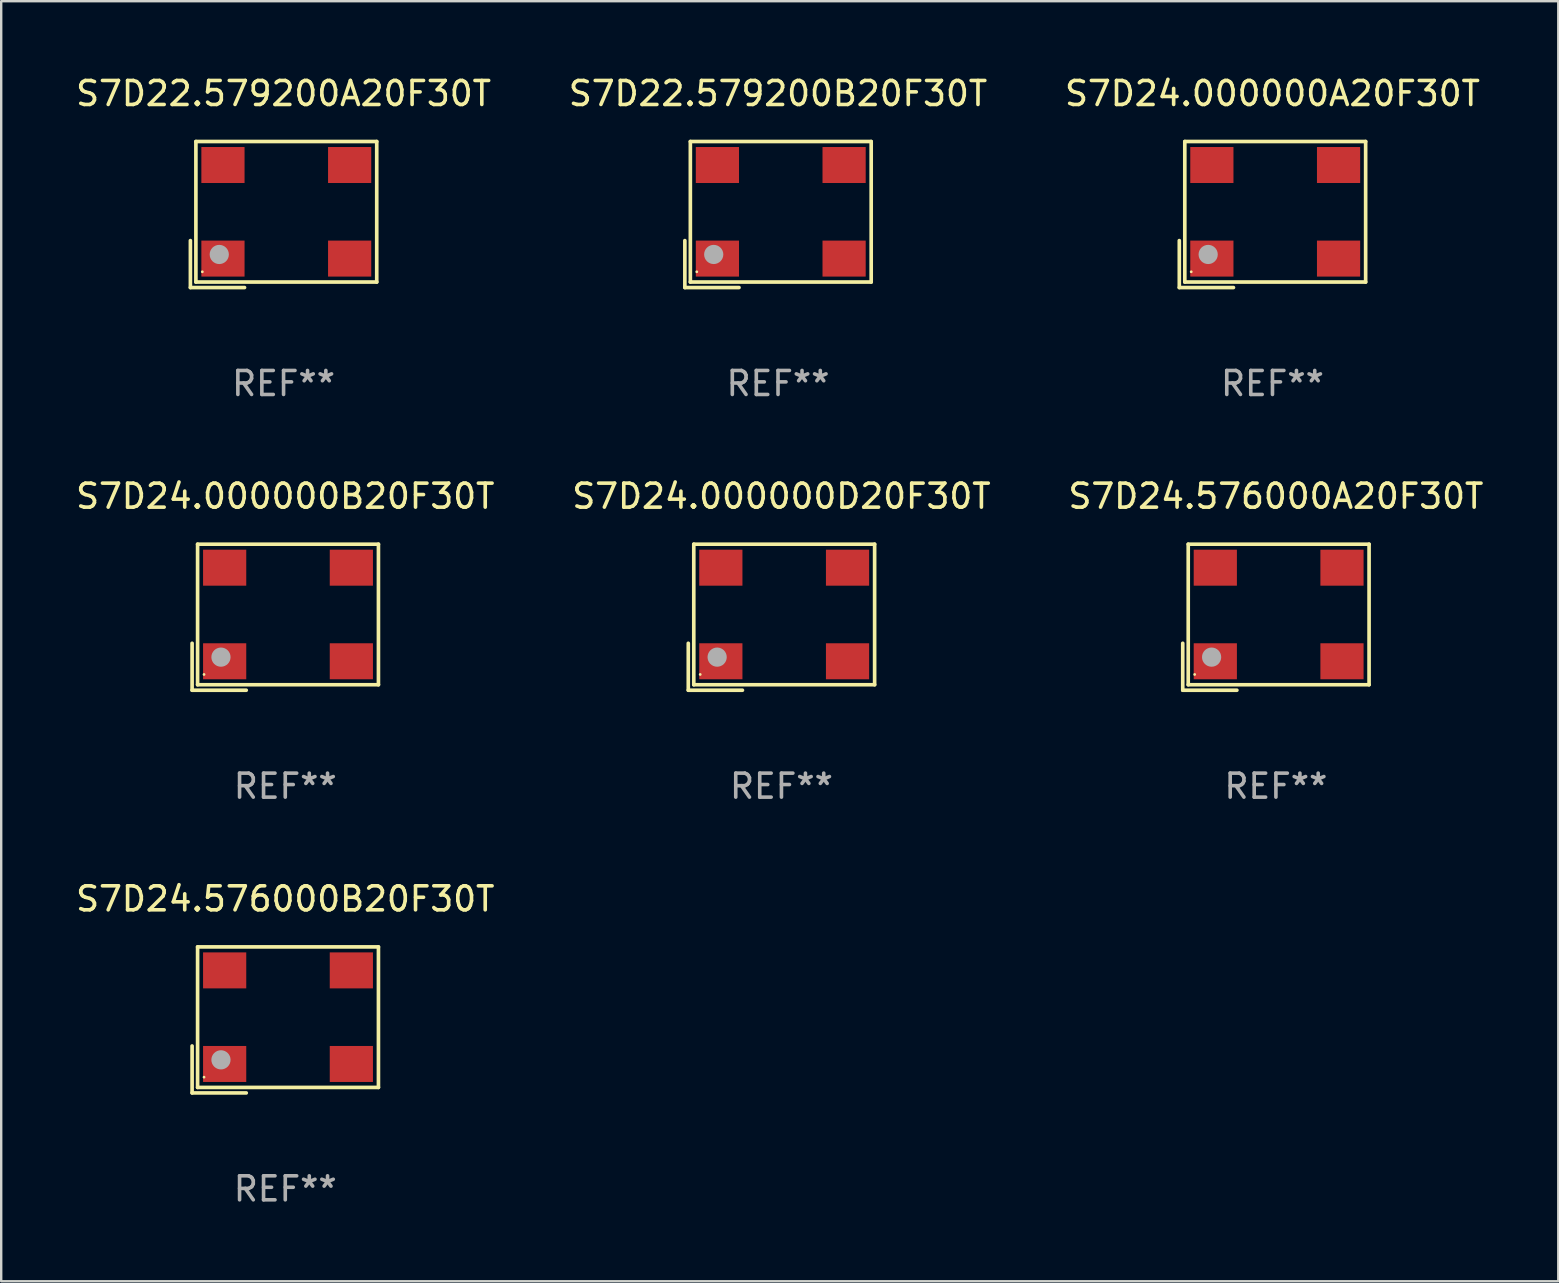
<source format=kicad_pcb>
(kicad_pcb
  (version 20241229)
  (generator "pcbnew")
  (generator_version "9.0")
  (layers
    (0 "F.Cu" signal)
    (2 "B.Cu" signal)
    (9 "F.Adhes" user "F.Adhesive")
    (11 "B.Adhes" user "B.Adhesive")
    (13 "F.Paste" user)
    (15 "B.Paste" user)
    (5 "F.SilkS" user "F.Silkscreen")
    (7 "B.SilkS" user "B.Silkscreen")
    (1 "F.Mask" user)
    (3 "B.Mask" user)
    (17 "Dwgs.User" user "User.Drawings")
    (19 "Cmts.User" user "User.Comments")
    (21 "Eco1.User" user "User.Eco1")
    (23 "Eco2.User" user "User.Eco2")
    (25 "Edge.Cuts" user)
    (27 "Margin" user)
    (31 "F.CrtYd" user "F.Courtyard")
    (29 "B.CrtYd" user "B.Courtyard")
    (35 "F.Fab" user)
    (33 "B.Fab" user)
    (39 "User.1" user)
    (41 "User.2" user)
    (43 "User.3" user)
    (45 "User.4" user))
  (footprint "S7D22.579200B20F30T"
    (layer "F.Cu")
    (at 29.375 5.891)
    (property "Reference" "S7D22.579200B20F30T" (at 0 -5.043 0) (layer "F.SilkS") (effects (font (size 1 1) (thickness 0.15))))
    (attr through_hole)
    (fp_line (start -3.883 1.086) (end -3.883 3.043) (stroke (width 0.152) (type solid)) (layer "F.SilkS"))
    (fp_line (start -3.883 3.043) (end -1.626 3.043) (stroke (width 0.152) (type solid)) (layer "F.SilkS"))
    (fp_line (start -3.654 -3.043) (end 3.883 -3.043) (stroke (width 0.152) (type solid)) (layer "F.SilkS"))
    (fp_line (start -3.654 2.814) (end -3.654 -3.043) (stroke (width 0.152) (type solid)) (layer "F.SilkS"))
    (fp_line (start 3.883 -3.043) (end 3.883 2.814) (stroke (width 0.152) (type solid)) (layer "F.SilkS"))
    (fp_line (start 3.883 2.814) (end -3.654 2.814) (stroke (width 0.152) (type solid)) (layer "F.SilkS"))
    (fp_circle (center -3.386 2.386) (end -3.356 2.386) (stroke (width 0.06) (type solid)) (fill no) (layer "F.SilkS"))
    (fp_circle (center -2.68 1.664) (end -2.48 1.664) (stroke (width 0.4) (type solid)) (fill no) (layer "F.Fab"))
    (fp_text user "REF**" (at 0 7.043 0) (layer "F.Fab") (effects (font (size 1 1) (thickness 0.15))))
    (pad "1" smd rect (at -2.526 1.836) (size 1.8 1.5) (layers "F.Cu" "F.Mask" "F.Paste"))
    (pad "2" smd rect (at 2.754 1.836) (size 1.8 1.5) (layers "F.Cu" "F.Mask" "F.Paste"))
    (pad "3" smd rect (at 2.754 -2.064) (size 1.8 1.5) (layers "F.Cu" "F.Mask" "F.Paste"))
    (pad "4" smd rect (at -2.526 -2.064) (size 1.8 1.5) (layers "F.Cu" "F.Mask" "F.Paste")))
  (footprint "S7D24.576000A20F30T"
    (layer "F.Cu")
    (at 50.125 22.673)
    (property "Reference" "S7D24.576000A20F30T" (at 0 -5.043 0) (layer "F.SilkS") (effects (font (size 1 1) (thickness 0.15))))
    (attr through_hole)
    (fp_line (start -3.883 1.086) (end -3.883 3.043) (stroke (width 0.152) (type solid)) (layer "F.SilkS"))
    (fp_line (start -3.883 3.043) (end -1.626 3.043) (stroke (width 0.152) (type solid)) (layer "F.SilkS"))
    (fp_line (start -3.654 -3.043) (end 3.883 -3.043) (stroke (width 0.152) (type solid)) (layer "F.SilkS"))
    (fp_line (start -3.654 2.814) (end -3.654 -3.043) (stroke (width 0.152) (type solid)) (layer "F.SilkS"))
    (fp_line (start 3.883 -3.043) (end 3.883 2.814) (stroke (width 0.152) (type solid)) (layer "F.SilkS"))
    (fp_line (start 3.883 2.814) (end -3.654 2.814) (stroke (width 0.152) (type solid)) (layer "F.SilkS"))
    (fp_circle (center -3.386 2.386) (end -3.356 2.386) (stroke (width 0.06) (type solid)) (fill no) (layer "F.SilkS"))
    (fp_circle (center -2.68 1.664) (end -2.48 1.664) (stroke (width 0.4) (type solid)) (fill no) (layer "F.Fab"))
    (fp_text user "REF**" (at 0 7.043 0) (layer "F.Fab") (effects (font (size 1 1) (thickness 0.15))))
    (pad "1" smd rect (at -2.526 1.836) (size 1.8 1.5) (layers "F.Cu" "F.Mask" "F.Paste"))
    (pad "2" smd rect (at 2.754 1.836) (size 1.8 1.5) (layers "F.Cu" "F.Mask" "F.Paste"))
    (pad "3" smd rect (at 2.754 -2.064) (size 1.8 1.5) (layers "F.Cu" "F.Mask" "F.Paste"))
    (pad "4" smd rect (at -2.526 -2.064) (size 1.8 1.5) (layers "F.Cu" "F.Mask" "F.Paste")))
  (footprint "S7D24.000000B20F30T"
    (layer "F.Cu")
    (at 8.839 22.673)
    (property "Reference" "S7D24.000000B20F30T" (at 0 -5.043 0) (layer "F.SilkS") (effects (font (size 1 1) (thickness 0.15))))
    (attr through_hole)
    (fp_line (start -3.883 1.086) (end -3.883 3.043) (stroke (width 0.152) (type solid)) (layer "F.SilkS"))
    (fp_line (start -3.883 3.043) (end -1.626 3.043) (stroke (width 0.152) (type solid)) (layer "F.SilkS"))
    (fp_line (start -3.654 -3.043) (end 3.883 -3.043) (stroke (width 0.152) (type solid)) (layer "F.SilkS"))
    (fp_line (start -3.654 2.814) (end -3.654 -3.043) (stroke (width 0.152) (type solid)) (layer "F.SilkS"))
    (fp_line (start 3.883 -3.043) (end 3.883 2.814) (stroke (width 0.152) (type solid)) (layer "F.SilkS"))
    (fp_line (start 3.883 2.814) (end -3.654 2.814) (stroke (width 0.152) (type solid)) (layer "F.SilkS"))
    (fp_circle (center -3.386 2.386) (end -3.356 2.386) (stroke (width 0.06) (type solid)) (fill no) (layer "F.SilkS"))
    (fp_circle (center -2.68 1.664) (end -2.48 1.664) (stroke (width 0.4) (type solid)) (fill no) (layer "F.Fab"))
    (fp_text user "REF**" (at 0 7.043 0) (layer "F.Fab") (effects (font (size 1 1) (thickness 0.15))))
    (pad "1" smd rect (at -2.526 1.836) (size 1.8 1.5) (layers "F.Cu" "F.Mask" "F.Paste"))
    (pad "2" smd rect (at 2.754 1.836) (size 1.8 1.5) (layers "F.Cu" "F.Mask" "F.Paste"))
    (pad "3" smd rect (at 2.754 -2.064) (size 1.8 1.5) (layers "F.Cu" "F.Mask" "F.Paste"))
    (pad "4" smd rect (at -2.526 -2.064) (size 1.8 1.5) (layers "F.Cu" "F.Mask" "F.Paste")))
  (footprint "S7D24.000000A20F30T"
    (layer "F.Cu")
    (at 49.982 5.891)
    (property "Reference" "S7D24.000000A20F30T" (at 0 -5.043 0) (layer "F.SilkS") (effects (font (size 1 1) (thickness 0.15))))
    (attr through_hole)
    (fp_line (start -3.883 1.086) (end -3.883 3.043) (stroke (width 0.152) (type solid)) (layer "F.SilkS"))
    (fp_line (start -3.883 3.043) (end -1.626 3.043) (stroke (width 0.152) (type solid)) (layer "F.SilkS"))
    (fp_line (start -3.654 -3.043) (end 3.883 -3.043) (stroke (width 0.152) (type solid)) (layer "F.SilkS"))
    (fp_line (start -3.654 2.814) (end -3.654 -3.043) (stroke (width 0.152) (type solid)) (layer "F.SilkS"))
    (fp_line (start 3.883 -3.043) (end 3.883 2.814) (stroke (width 0.152) (type solid)) (layer "F.SilkS"))
    (fp_line (start 3.883 2.814) (end -3.654 2.814) (stroke (width 0.152) (type solid)) (layer "F.SilkS"))
    (fp_circle (center -3.386 2.386) (end -3.356 2.386) (stroke (width 0.06) (type solid)) (fill no) (layer "F.SilkS"))
    (fp_circle (center -2.68 1.664) (end -2.48 1.664) (stroke (width 0.4) (type solid)) (fill no) (layer "F.Fab"))
    (fp_text user "REF**" (at 0 7.043 0) (layer "F.Fab") (effects (font (size 1 1) (thickness 0.15))))
    (pad "1" smd rect (at -2.526 1.836) (size 1.8 1.5) (layers "F.Cu" "F.Mask" "F.Paste"))
    (pad "2" smd rect (at 2.754 1.836) (size 1.8 1.5) (layers "F.Cu" "F.Mask" "F.Paste"))
    (pad "3" smd rect (at 2.754 -2.064) (size 1.8 1.5) (layers "F.Cu" "F.Mask" "F.Paste"))
    (pad "4" smd rect (at -2.526 -2.064) (size 1.8 1.5) (layers "F.Cu" "F.Mask" "F.Paste")))
  (footprint "S7D24.000000D20F30T"
    (layer "F.Cu")
    (at 29.518 22.673)
    (property "Reference" "S7D24.000000D20F30T" (at 0 -5.043 0) (layer "F.SilkS") (effects (font (size 1 1) (thickness 0.15))))
    (attr through_hole)
    (fp_line (start -3.883 1.086) (end -3.883 3.043) (stroke (width 0.152) (type solid)) (layer "F.SilkS"))
    (fp_line (start -3.883 3.043) (end -1.626 3.043) (stroke (width 0.152) (type solid)) (layer "F.SilkS"))
    (fp_line (start -3.654 -3.043) (end 3.883 -3.043) (stroke (width 0.152) (type solid)) (layer "F.SilkS"))
    (fp_line (start -3.654 2.814) (end -3.654 -3.043) (stroke (width 0.152) (type solid)) (layer "F.SilkS"))
    (fp_line (start 3.883 -3.043) (end 3.883 2.814) (stroke (width 0.152) (type solid)) (layer "F.SilkS"))
    (fp_line (start 3.883 2.814) (end -3.654 2.814) (stroke (width 0.152) (type solid)) (layer "F.SilkS"))
    (fp_circle (center -3.386 2.386) (end -3.356 2.386) (stroke (width 0.06) (type solid)) (fill no) (layer "F.SilkS"))
    (fp_circle (center -2.68 1.664) (end -2.48 1.664) (stroke (width 0.4) (type solid)) (fill no) (layer "F.Fab"))
    (fp_text user "REF**" (at 0 7.043 0) (layer "F.Fab") (effects (font (size 1 1) (thickness 0.15))))
    (pad "1" smd rect (at -2.526 1.836) (size 1.8 1.5) (layers "F.Cu" "F.Mask" "F.Paste"))
    (pad "2" smd rect (at 2.754 1.836) (size 1.8 1.5) (layers "F.Cu" "F.Mask" "F.Paste"))
    (pad "3" smd rect (at 2.754 -2.064) (size 1.8 1.5) (layers "F.Cu" "F.Mask" "F.Paste"))
    (pad "4" smd rect (at -2.526 -2.064) (size 1.8 1.5) (layers "F.Cu" "F.Mask" "F.Paste")))
  (footprint "S7D22.579200A20F30T"
    (layer "F.Cu")
    (at 8.768 5.891)
    (property "Reference" "S7D22.579200A20F30T" (at 0 -5.043 0) (layer "F.SilkS") (effects (font (size 1 1) (thickness 0.15))))
    (attr through_hole)
    (fp_line (start -3.883 1.086) (end -3.883 3.043) (stroke (width 0.152) (type solid)) (layer "F.SilkS"))
    (fp_line (start -3.883 3.043) (end -1.626 3.043) (stroke (width 0.152) (type solid)) (layer "F.SilkS"))
    (fp_line (start -3.654 -3.043) (end 3.883 -3.043) (stroke (width 0.152) (type solid)) (layer "F.SilkS"))
    (fp_line (start -3.654 2.814) (end -3.654 -3.043) (stroke (width 0.152) (type solid)) (layer "F.SilkS"))
    (fp_line (start 3.883 -3.043) (end 3.883 2.814) (stroke (width 0.152) (type solid)) (layer "F.SilkS"))
    (fp_line (start 3.883 2.814) (end -3.654 2.814) (stroke (width 0.152) (type solid)) (layer "F.SilkS"))
    (fp_circle (center -3.386 2.386) (end -3.356 2.386) (stroke (width 0.06) (type solid)) (fill no) (layer "F.SilkS"))
    (fp_circle (center -2.68 1.664) (end -2.48 1.664) (stroke (width 0.4) (type solid)) (fill no) (layer "F.Fab"))
    (fp_text user "REF**" (at 0 7.043 0) (layer "F.Fab") (effects (font (size 1 1) (thickness 0.15))))
    (pad "1" smd rect (at -2.526 1.836) (size 1.8 1.5) (layers "F.Cu" "F.Mask" "F.Paste"))
    (pad "2" smd rect (at 2.754 1.836) (size 1.8 1.5) (layers "F.Cu" "F.Mask" "F.Paste"))
    (pad "3" smd rect (at 2.754 -2.064) (size 1.8 1.5) (layers "F.Cu" "F.Mask" "F.Paste"))
    (pad "4" smd rect (at -2.526 -2.064) (size 1.8 1.5) (layers "F.Cu" "F.Mask" "F.Paste")))
  (footprint "S7D24.576000B20F30T"
    (layer "F.Cu")
    (at 8.839 39.456)
    (property "Reference" "S7D24.576000B20F30T" (at 0 -5.043 0) (layer "F.SilkS") (effects (font (size 1 1) (thickness 0.15))))
    (attr through_hole)
    (fp_line (start -3.883 1.086) (end -3.883 3.043) (stroke (width 0.152) (type solid)) (layer "F.SilkS"))
    (fp_line (start -3.883 3.043) (end -1.626 3.043) (stroke (width 0.152) (type solid)) (layer "F.SilkS"))
    (fp_line (start -3.654 -3.043) (end 3.883 -3.043) (stroke (width 0.152) (type solid)) (layer "F.SilkS"))
    (fp_line (start -3.654 2.814) (end -3.654 -3.043) (stroke (width 0.152) (type solid)) (layer "F.SilkS"))
    (fp_line (start 3.883 -3.043) (end 3.883 2.814) (stroke (width 0.152) (type solid)) (layer "F.SilkS"))
    (fp_line (start 3.883 2.814) (end -3.654 2.814) (stroke (width 0.152) (type solid)) (layer "F.SilkS"))
    (fp_circle (center -3.386 2.386) (end -3.356 2.386) (stroke (width 0.06) (type solid)) (fill no) (layer "F.SilkS"))
    (fp_circle (center -2.68 1.664) (end -2.48 1.664) (stroke (width 0.4) (type solid)) (fill no) (layer "F.Fab"))
    (fp_text user "REF**" (at 0 7.043 0) (layer "F.Fab") (effects (font (size 1 1) (thickness 0.15))))
    (pad "1" smd rect (at -2.526 1.836) (size 1.8 1.5) (layers "F.Cu" "F.Mask" "F.Paste"))
    (pad "2" smd rect (at 2.754 1.836) (size 1.8 1.5) (layers "F.Cu" "F.Mask" "F.Paste"))
    (pad "3" smd rect (at 2.754 -2.064) (size 1.8 1.5) (layers "F.Cu" "F.Mask" "F.Paste"))
    (pad "4" smd rect (at -2.526 -2.064) (size 1.8 1.5) (layers "F.Cu" "F.Mask" "F.Paste")))
  (gr_rect
    (start -3 -3)
    (end 61.893 50.347)
    (stroke (width 0.1) (type default))
    (fill no)
    (layer "Edge.Cuts")))
</source>
